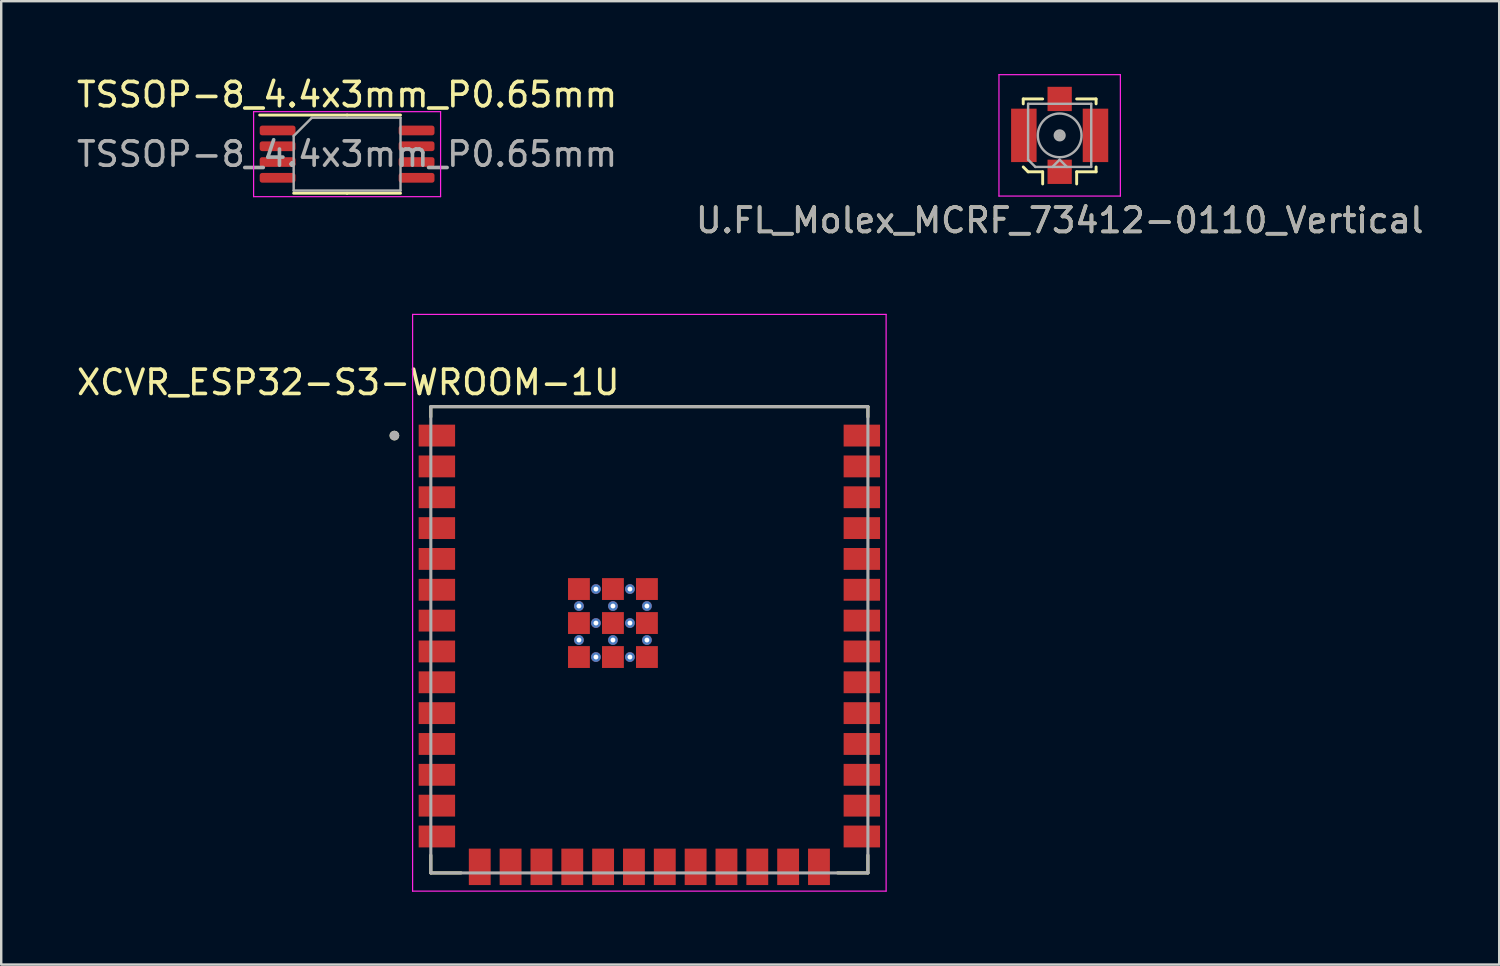
<source format=kicad_pcb>
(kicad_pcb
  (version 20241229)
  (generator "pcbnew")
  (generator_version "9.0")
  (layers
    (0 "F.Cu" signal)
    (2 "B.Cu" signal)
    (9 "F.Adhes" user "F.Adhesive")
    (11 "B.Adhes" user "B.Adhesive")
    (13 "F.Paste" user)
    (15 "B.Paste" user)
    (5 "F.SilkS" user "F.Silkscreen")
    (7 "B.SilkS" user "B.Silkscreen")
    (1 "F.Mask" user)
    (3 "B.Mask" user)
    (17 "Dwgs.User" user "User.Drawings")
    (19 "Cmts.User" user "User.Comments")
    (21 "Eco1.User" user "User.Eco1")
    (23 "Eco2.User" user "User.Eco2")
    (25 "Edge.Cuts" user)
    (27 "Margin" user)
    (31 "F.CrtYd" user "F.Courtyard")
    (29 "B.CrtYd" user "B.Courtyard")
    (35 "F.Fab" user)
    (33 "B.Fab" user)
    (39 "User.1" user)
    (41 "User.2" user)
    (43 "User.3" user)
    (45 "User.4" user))
  (footprint "U.FL_Molex_MCRF_73412-0110_Vertical"
    (layer "F.Cu")
    (at 40.589 2.525)
    (property "Reference" "U.FL_Molex_MCRF_73412-0110_Vertical" (at 0 3.5 0) (layer "F.SilkS") (effects (font (size 1 1) (thickness 0.15))))
    (attr smd)
    (fp_line (start -1.5 -1.5) (end -0.7 -1.5) (stroke (width 0.12) (type solid)) (layer "F.SilkS"))
    (fp_line (start -1.5 -1.3) (end -1.5 -1.5) (stroke (width 0.12) (type solid)) (layer "F.SilkS"))
    (fp_line (start -1.3 1.5) (end -1.5 1.3) (stroke (width 0.12) (type solid)) (layer "F.SilkS"))
    (fp_line (start -0.7 1.5) (end -1.3 1.5) (stroke (width 0.12) (type solid)) (layer "F.SilkS"))
    (fp_line (start -0.7 1.5) (end -0.7 2) (stroke (width 0.12) (type solid)) (layer "F.SilkS"))
    (fp_line (start 0.7 -1.5) (end 1.5 -1.5) (stroke (width 0.12) (type solid)) (layer "F.SilkS"))
    (fp_line (start 0.7 1.5) (end 0.7 2) (stroke (width 0.12) (type solid)) (layer "F.SilkS"))
    (fp_line (start 1.5 -1.5) (end 1.5 -1.3) (stroke (width 0.12) (type solid)) (layer "F.SilkS"))
    (fp_line (start 1.5 1.3) (end 1.5 1.5) (stroke (width 0.12) (type solid)) (layer "F.SilkS"))
    (fp_line (start 1.5 1.5) (end 0.7 1.5) (stroke (width 0.12) (type solid)) (layer "F.SilkS"))
    (fp_line (start -2.5 -2.5) (end -2.5 2.5) (stroke (width 0.05) (type solid)) (layer "F.CrtYd"))
    (fp_line (start -2.5 2.5) (end 2.5 2.5) (stroke (width 0.05) (type solid)) (layer "F.CrtYd"))
    (fp_line (start 2.5 -2.5) (end -2.5 -2.5) (stroke (width 0.05) (type solid)) (layer "F.CrtYd"))
    (fp_line (start 2.5 2.5) (end 2.5 -2.5) (stroke (width 0.05) (type solid)) (layer "F.CrtYd"))
    (fp_line (start -1.3 -1.3) (end -1.3 1) (stroke (width 0.1) (type solid)) (layer "F.Fab"))
    (fp_line (start -1.3 -1.3) (end 1.3 -1.3) (stroke (width 0.1) (type solid)) (layer "F.Fab"))
    (fp_line (start -1.3 1) (end -1 1.3) (stroke (width 0.1) (type solid)) (layer "F.Fab"))
    (fp_line (start -1 1.3) (end 1.3 1.3) (stroke (width 0.1) (type solid)) (layer "F.Fab"))
    (fp_line (start -0.3 1.3) (end 0 1) (stroke (width 0.1) (type solid)) (layer "F.Fab"))
    (fp_line (start 0 1) (end 0.3 1.3) (stroke (width 0.1) (type solid)) (layer "F.Fab"))
    (fp_line (start 1.3 -1.3) (end 1.3 1.3) (stroke (width 0.1) (type solid)) (layer "F.Fab"))
    (fp_circle (center 0 0) (end 0 0.05) (stroke (width 0.1) (type solid)) (fill no) (layer "F.Fab"))
    (fp_circle (center 0 0) (end 0 0.125) (stroke (width 0.1) (type solid)) (fill no) (layer "F.Fab"))
    (fp_circle (center 0 0) (end 0 0.2) (stroke (width 0.1) (type solid)) (fill no) (layer "F.Fab"))
    (fp_circle (center 0 0) (end 0.9 0) (stroke (width 0.1) (type solid)) (fill no) (layer "F.Fab"))
    (fp_text user "${REFERENCE}" (at 0 3.5 0) (layer "F.Fab") (effects (font (size 1 1) (thickness 0.15))))
    (pad "1" smd rect (at 0 1.5) (size 1 1) (layers "F.Cu" "F.Mask" "F.Paste"))
    (pad "2" smd rect (at -1.475 0) (size 1.05 2.2) (layers "F.Cu" "F.Mask" "F.Paste"))
    (pad "2" smd rect (at 0 -1.5) (size 1 1) (layers "F.Cu" "F.Mask" "F.Paste"))
    (pad "2" smd rect (at 1.475 0) (size 1.05 2.2) (layers "F.Cu" "F.Mask" "F.Paste")))
  (footprint "XCVR_ESP32-S3-WROOM-1U"
    (layer "F.Cu")
    (at 23.692 23.298)
    (property "Reference" "XCVR_ESP32-S3-WROOM-1U" (at -12.4 -10.6 0) (layer "F.SilkS") (effects (font (size 1 1) (thickness 0.15))))
    (attr through_hole)
    (fp_line (start -9 -9.6) (end 9 -9.6) (stroke (width 0.127) (type solid)) (layer "F.SilkS"))
    (fp_line (start -9 -9.18) (end -9 -9.6) (stroke (width 0.127) (type solid)) (layer "F.SilkS"))
    (fp_line (start -9 9.6) (end -9 8.87) (stroke (width 0.127) (type solid)) (layer "F.SilkS"))
    (fp_line (start -7.755 9.6) (end -9 9.6) (stroke (width 0.127) (type solid)) (layer "F.SilkS"))
    (fp_line (start 9 -9.6) (end 9 -9.18) (stroke (width 0.127) (type solid)) (layer "F.SilkS"))
    (fp_line (start 9 9.6) (end 7.755 9.6) (stroke (width 0.127) (type solid)) (layer "F.SilkS"))
    (fp_line (start 9 9.6) (end 9 8.87) (stroke (width 0.127) (type solid)) (layer "F.SilkS"))
    (fp_circle (center -10.5 -8.41) (end -10.4 -8.41) (stroke (width 0.2) (type solid)) (fill no) (layer "F.SilkS"))
    (fp_line (start -9.75 -13.4) (end -9.75 10.35) (stroke (width 0.05) (type solid)) (layer "F.CrtYd"))
    (fp_line (start -9.75 10.35) (end 9.75 10.35) (stroke (width 0.05) (type solid)) (layer "F.CrtYd"))
    (fp_line (start 9.75 -13.4) (end -9.75 -13.4) (stroke (width 0.05) (type solid)) (layer "F.CrtYd"))
    (fp_line (start 9.75 10.35) (end 9.75 -13.4) (stroke (width 0.05) (type solid)) (layer "F.CrtYd"))
    (fp_line (start -9 -9.6) (end 9 -9.6) (stroke (width 0.127) (type solid)) (layer "F.Fab"))
    (fp_line (start -9 9.6) (end -9 -9.6) (stroke (width 0.127) (type solid)) (layer "F.Fab"))
    (fp_line (start 9 -9.6) (end 9 9.6) (stroke (width 0.127) (type solid)) (layer "F.Fab"))
    (fp_line (start 9 9.6) (end -9 9.6) (stroke (width 0.127) (type solid)) (layer "F.Fab"))
    (fp_circle (center -10.5 -8.41) (end -10.4 -8.41) (stroke (width 0.2) (type solid)) (fill no) (layer "F.Fab"))
    (pad "1" smd rect (at -8.75 -8.41) (size 1.5 0.9) (layers "F.Cu" "F.Mask" "F.Paste"))
    (pad "2" smd rect (at -8.75 -7.14) (size 1.5 0.9) (layers "F.Cu" "F.Mask" "F.Paste"))
    (pad "3" smd rect (at -8.75 -5.87) (size 1.5 0.9) (layers "F.Cu" "F.Mask" "F.Paste"))
    (pad "4" smd rect (at -8.75 -4.6) (size 1.5 0.9) (layers "F.Cu" "F.Mask" "F.Paste"))
    (pad "5" smd rect (at -8.75 -3.33) (size 1.5 0.9) (layers "F.Cu" "F.Mask" "F.Paste"))
    (pad "6" smd rect (at -8.75 -2.06) (size 1.5 0.9) (layers "F.Cu" "F.Mask" "F.Paste"))
    (pad "7" smd rect (at -8.75 -0.79) (size 1.5 0.9) (layers "F.Cu" "F.Mask" "F.Paste"))
    (pad "8" smd rect (at -8.75 0.48) (size 1.5 0.9) (layers "F.Cu" "F.Mask" "F.Paste"))
    (pad "9" smd rect (at -8.75 1.75) (size 1.5 0.9) (layers "F.Cu" "F.Mask" "F.Paste"))
    (pad "10" smd rect (at -8.75 3.02) (size 1.5 0.9) (layers "F.Cu" "F.Mask" "F.Paste"))
    (pad "11" smd rect (at -8.75 4.29) (size 1.5 0.9) (layers "F.Cu" "F.Mask" "F.Paste"))
    (pad "12" smd rect (at -8.75 5.56) (size 1.5 0.9) (layers "F.Cu" "F.Mask" "F.Paste"))
    (pad "13" smd rect (at -8.75 6.83) (size 1.5 0.9) (layers "F.Cu" "F.Mask" "F.Paste"))
    (pad "14" smd rect (at -8.75 8.1) (size 1.5 0.9) (layers "F.Cu" "F.Mask" "F.Paste"))
    (pad "15" smd rect (at -6.985 9.35) (size 0.9 1.5) (layers "F.Cu" "F.Mask" "F.Paste"))
    (pad "16" smd rect (at -5.715 9.35) (size 0.9 1.5) (layers "F.Cu" "F.Mask" "F.Paste"))
    (pad "17" smd rect (at -4.445 9.35) (size 0.9 1.5) (layers "F.Cu" "F.Mask" "F.Paste"))
    (pad "18" smd rect (at -3.175 9.35) (size 0.9 1.5) (layers "F.Cu" "F.Mask" "F.Paste"))
    (pad "19" smd rect (at -1.905 9.35) (size 0.9 1.5) (layers "F.Cu" "F.Mask" "F.Paste"))
    (pad "20" smd rect (at -0.635 9.35) (size 0.9 1.5) (layers "F.Cu" "F.Mask" "F.Paste"))
    (pad "21" smd rect (at 0.635 9.35) (size 0.9 1.5) (layers "F.Cu" "F.Mask" "F.Paste"))
    (pad "22" smd rect (at 1.905 9.35) (size 0.9 1.5) (layers "F.Cu" "F.Mask" "F.Paste"))
    (pad "23" smd rect (at 3.175 9.35) (size 0.9 1.5) (layers "F.Cu" "F.Mask" "F.Paste"))
    (pad "24" smd rect (at 4.445 9.35) (size 0.9 1.5) (layers "F.Cu" "F.Mask" "F.Paste"))
    (pad "25" smd rect (at 5.715 9.35) (size 0.9 1.5) (layers "F.Cu" "F.Mask" "F.Paste"))
    (pad "26" smd rect (at 6.985 9.35) (size 0.9 1.5) (layers "F.Cu" "F.Mask" "F.Paste"))
    (pad "27" smd rect (at 8.75 8.1) (size 1.5 0.9) (layers "F.Cu" "F.Mask" "F.Paste"))
    (pad "28" smd rect (at 8.75 6.83) (size 1.5 0.9) (layers "F.Cu" "F.Mask" "F.Paste"))
    (pad "29" smd rect (at 8.75 5.56) (size 1.5 0.9) (layers "F.Cu" "F.Mask" "F.Paste"))
    (pad "30" smd rect (at 8.75 4.29) (size 1.5 0.9) (layers "F.Cu" "F.Mask" "F.Paste"))
    (pad "31" smd rect (at 8.75 3.02) (size 1.5 0.9) (layers "F.Cu" "F.Mask" "F.Paste"))
    (pad "32" smd rect (at 8.75 1.75) (size 1.5 0.9) (layers "F.Cu" "F.Mask" "F.Paste"))
    (pad "33" smd rect (at 8.75 0.48) (size 1.5 0.9) (layers "F.Cu" "F.Mask" "F.Paste"))
    (pad "34" smd rect (at 8.75 -0.79) (size 1.5 0.9) (layers "F.Cu" "F.Mask" "F.Paste"))
    (pad "35" smd rect (at 8.75 -2.06) (size 1.5 0.9) (layers "F.Cu" "F.Mask" "F.Paste"))
    (pad "36" smd rect (at 8.75 -3.33) (size 1.5 0.9) (layers "F.Cu" "F.Mask" "F.Paste"))
    (pad "37" smd rect (at 8.75 -4.6) (size 1.5 0.9) (layers "F.Cu" "F.Mask" "F.Paste"))
    (pad "38" smd rect (at 8.75 -5.87) (size 1.5 0.9) (layers "F.Cu" "F.Mask" "F.Paste"))
    (pad "39" smd rect (at 8.75 -7.14) (size 1.5 0.9) (layers "F.Cu" "F.Mask" "F.Paste"))
    (pad "40" smd rect (at 8.75 -8.41) (size 1.5 0.9) (layers "F.Cu" "F.Mask" "F.Paste"))
    (pad "41" smd rect (at -2.9 -2.09) (size 0.9 0.9) (layers "F.Cu" "F.Mask" "F.Paste"))
    (pad "41" thru_hole circle (at -2.9 -1.39) (size 0.4 0.4) (drill 0.2) (layers "*.Cu"))
    (pad "41" smd rect (at -2.9 -0.69) (size 0.9 0.9) (layers "F.Cu" "F.Mask" "F.Paste"))
    (pad "41" thru_hole circle (at -2.9 0.01) (size 0.4 0.4) (drill 0.2) (layers "*.Cu"))
    (pad "41" smd rect (at -2.9 0.71) (size 0.9 0.9) (layers "F.Cu" "F.Mask" "F.Paste"))
    (pad "41" thru_hole circle (at -2.2 -2.09) (size 0.4 0.4) (drill 0.2) (layers "*.Cu"))
    (pad "41" thru_hole circle (at -2.2 -0.69) (size 0.4 0.4) (drill 0.2) (layers "*.Cu"))
    (pad "41" thru_hole circle (at -2.2 0.71) (size 0.4 0.4) (drill 0.2) (layers "*.Cu"))
    (pad "41" smd rect (at -1.5 -2.09) (size 0.9 0.9) (layers "F.Cu" "F.Mask" "F.Paste"))
    (pad "41" thru_hole circle (at -1.5 -1.39) (size 0.4 0.4) (drill 0.2) (layers "*.Cu"))
    (pad "41" smd rect (at -1.5 -0.69) (size 0.9 0.9) (layers "F.Cu" "F.Mask" "F.Paste"))
    (pad "41" thru_hole circle (at -1.5 0.01) (size 0.4 0.4) (drill 0.2) (layers "*.Cu"))
    (pad "41" smd rect (at -1.5 0.71) (size 0.9 0.9) (layers "F.Cu" "F.Mask" "F.Paste"))
    (pad "41" thru_hole circle (at -0.8 -2.09) (size 0.4 0.4) (drill 0.2) (layers "*.Cu"))
    (pad "41" thru_hole circle (at -0.8 -0.69) (size 0.4 0.4) (drill 0.2) (layers "*.Cu"))
    (pad "41" thru_hole circle (at -0.8 0.71) (size 0.4 0.4) (drill 0.2) (layers "*.Cu"))
    (pad "41" smd rect (at -0.1 -2.09) (size 0.9 0.9) (layers "F.Cu" "F.Mask" "F.Paste"))
    (pad "41" thru_hole circle (at -0.1 -1.39) (size 0.4 0.4) (drill 0.2) (layers "*.Cu"))
    (pad "41" smd rect (at -0.1 -0.69) (size 0.9 0.9) (layers "F.Cu" "F.Mask" "F.Paste"))
    (pad "41" thru_hole circle (at -0.1 0.01) (size 0.4 0.4) (drill 0.2) (layers "*.Cu"))
    (pad "41" smd rect (at -0.1 0.71) (size 0.9 0.9) (layers "F.Cu" "F.Mask" "F.Paste")))
  (footprint "TSSOP-8_4.4x3mm_P0.65mm"
    (layer "F.Cu")
    (at 11.244 3.298)
    (property "Reference" "TSSOP-8_4.4x3mm_P0.65mm" (at 0 -2.45 0) (layer "F.SilkS") (effects (font (size 1 1) (thickness 0.15))))
    (attr smd)
    (fp_line (start 0 -1.61) (end -3.6 -1.61) (stroke (width 0.12) (type solid)) (layer "F.SilkS"))
    (fp_line (start 0 -1.61) (end 2.2 -1.61) (stroke (width 0.12) (type solid)) (layer "F.SilkS"))
    (fp_line (start 0 1.61) (end -2.2 1.61) (stroke (width 0.12) (type solid)) (layer "F.SilkS"))
    (fp_line (start 0 1.61) (end 2.2 1.61) (stroke (width 0.12) (type solid)) (layer "F.SilkS"))
    (fp_line (start -3.85 -1.75) (end -3.85 1.75) (stroke (width 0.05) (type solid)) (layer "F.CrtYd"))
    (fp_line (start -3.85 1.75) (end 3.85 1.75) (stroke (width 0.05) (type solid)) (layer "F.CrtYd"))
    (fp_line (start 3.85 -1.75) (end -3.85 -1.75) (stroke (width 0.05) (type solid)) (layer "F.CrtYd"))
    (fp_line (start 3.85 1.75) (end 3.85 -1.75) (stroke (width 0.05) (type solid)) (layer "F.CrtYd"))
    (fp_line (start -2.2 -0.75) (end -1.45 -1.5) (stroke (width 0.1) (type solid)) (layer "F.Fab"))
    (fp_line (start -2.2 1.5) (end -2.2 -0.75) (stroke (width 0.1) (type solid)) (layer "F.Fab"))
    (fp_line (start -1.45 -1.5) (end 2.2 -1.5) (stroke (width 0.1) (type solid)) (layer "F.Fab"))
    (fp_line (start 2.2 -1.5) (end 2.2 1.5) (stroke (width 0.1) (type solid)) (layer "F.Fab"))
    (fp_line (start 2.2 1.5) (end -2.2 1.5) (stroke (width 0.1) (type solid)) (layer "F.Fab"))
    (fp_text user "${REFERENCE}" (at 0 0 0) (layer "F.Fab") (effects (font (size 1 1) (thickness 0.15))))
    (pad "1" smd roundrect (at -2.862 -0.975) (size 1.475 0.4) (layers "F.Cu" "F.Mask" "F.Paste") (roundrect_rratio 0.25))
    (pad "2" smd roundrect (at -2.862 -0.325) (size 1.475 0.4) (layers "F.Cu" "F.Mask" "F.Paste") (roundrect_rratio 0.25))
    (pad "3" smd roundrect (at -2.862 0.325) (size 1.475 0.4) (layers "F.Cu" "F.Mask" "F.Paste") (roundrect_rratio 0.25))
    (pad "4" smd roundrect (at -2.862 0.975) (size 1.475 0.4) (layers "F.Cu" "F.Mask" "F.Paste") (roundrect_rratio 0.25))
    (pad "5" smd roundrect (at 2.862 0.975) (size 1.475 0.4) (layers "F.Cu" "F.Mask" "F.Paste") (roundrect_rratio 0.25))
    (pad "6" smd roundrect (at 2.862 0.325) (size 1.475 0.4) (layers "F.Cu" "F.Mask" "F.Paste") (roundrect_rratio 0.25))
    (pad "7" smd roundrect (at 2.862 -0.325) (size 1.475 0.4) (layers "F.Cu" "F.Mask" "F.Paste") (roundrect_rratio 0.25))
    (pad "8" smd roundrect (at 2.862 -0.975) (size 1.475 0.4) (layers "F.Cu" "F.Mask" "F.Paste") (roundrect_rratio 0.25)))
  (gr_rect
    (start -3 -3)
    (end 58.69 36.673)
    (stroke (width 0.1) (type default))
    (fill no)
    (layer "Edge.Cuts")))
</source>
